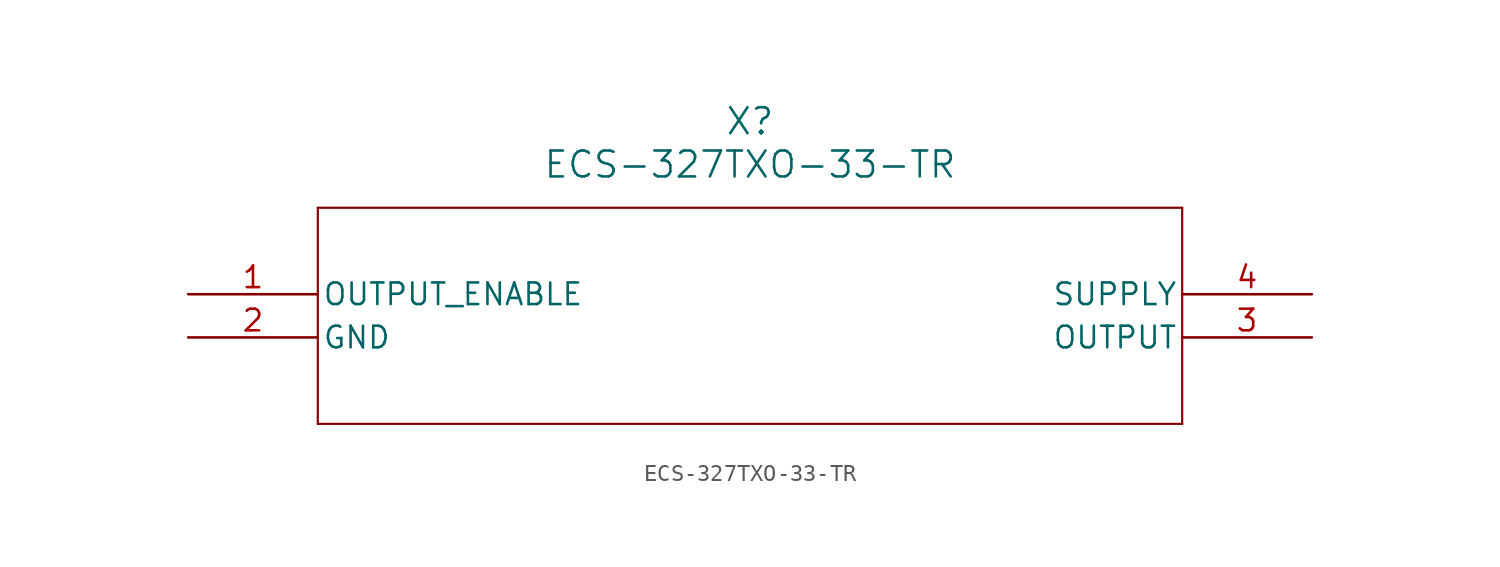
<source format=kicad_sym>
(kicad_symbol_lib
  (version 20211014)
  (generator kicad_symbol_editor)
  (symbol "ECS-327TXO-33-TR"
    (pin_names
      (offset 0.254))
    (property "Reference" "X"
      (at 33.02 10.16 0)
      (effects (font (size 1.524 1.524))))
    (property "Value" "ECS-327TXO-33-TR"
      (at 33.02 7.62 0)
      (effects (font (size 1.524 1.524))))
    (symbol "ECS-327TXO-33-TR_0_1"
      (polyline (pts (xy 7.62 5.08) (xy 7.62 -7.62)) (stroke (width 0.127) (type default) (color 0 0 0 0)) (fill (type none)))
      (polyline (pts (xy 7.62 -7.62) (xy 58.42 -7.62)) (stroke (width 0.127) (type default) (color 0 0 0 0)) (fill (type none)))
      (polyline (pts (xy 58.42 -7.62) (xy 58.42 5.08)) (stroke (width 0.127) (type default) (color 0 0 0 0)) (fill (type none)))
      (polyline (pts (xy 58.42 5.08) (xy 7.62 5.08)) (stroke (width 0.127) (type default) (color 0 0 0 0)) (fill (type none)))
      (pin output line (at 0 0 0) (length 7.62) (name "OUTPUT_ENABLE" (effects (font (size 1.27 1.27)))) (number "1" (effects (font (size 1.27 1.27)))))
      (pin power_out line (at 0 -2.54 0) (length 7.62) (name "GND" (effects (font (size 1.27 1.27)))) (number "2" (effects (font (size 1.27 1.27)))))
      (pin output line (at 66.04 -2.54 180) (length 7.62) (name "OUTPUT" (effects (font (size 1.27 1.27)))) (number "3" (effects (font (size 1.27 1.27)))))
      (pin power_in line (at 66.04 0 180) (length 7.62) (name "SUPPLY" (effects (font (size 1.27 1.27)))) (number "4" (effects (font (size 1.27 1.27))))))))
</source>
